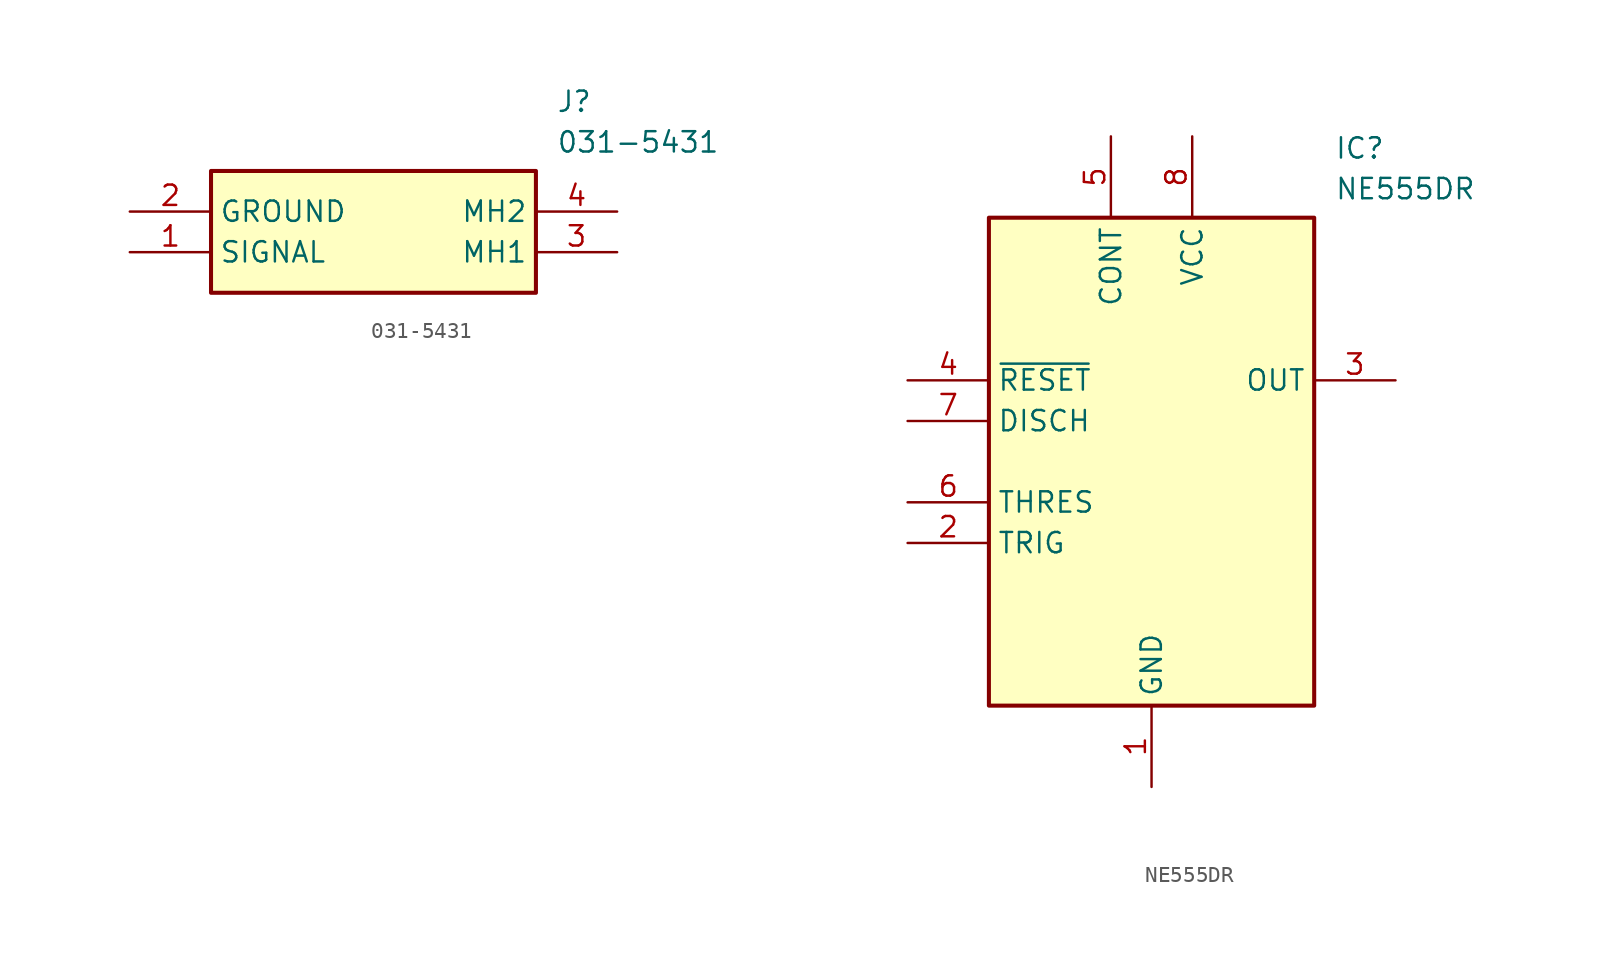
<source format=kicad_sym>
(kicad_symbol_lib
  (version 20220914)
  (generator SamacSys_ECAD_Model)
  (symbol "031-5431"
    (property "Reference" "J"
      (at 26.67 7.62 0)
      (effects (font (size 1.27 1.27)) (justify left top)))
    (property "Value" "031-5431"
      (at 26.67 5.08 0)
      (effects (font (size 1.27 1.27)) (justify left top)))
    (rectangle
      (start 5.08 2.54)
      (end 25.4 -5.08)
      (stroke (width 0.254) (type default))
      (fill (type background)))
    (pin passive line
      (at 0 -2.54 0)
      (length 5.08)
      (name "SIGNAL" (effects (font (size 1.27 1.27))))
      (number "1" (effects (font (size 1.27 1.27)))))
    (pin passive line
      (at 0 0 0)
      (length 5.08)
      (name "GROUND" (effects (font (size 1.27 1.27))))
      (number "2" (effects (font (size 1.27 1.27)))))
    (pin passive line
      (at 30.48 -2.54 180)
      (length 5.08)
      (name "MH1" (effects (font (size 1.27 1.27))))
      (number "3" (effects (font (size 1.27 1.27)))))
    (pin passive line
      (at 30.48 0 180)
      (length 5.08)
      (name "MH2" (effects (font (size 1.27 1.27))))
      (number "4" (effects (font (size 1.27 1.27))))))
  (symbol "NE555DR"
    (property "Reference" "IC"
      (at 26.67 15.24 0)
      (effects (font (size 1.27 1.27)) (justify left top)))
    (property "Value" "NE555DR"
      (at 26.67 12.7 0)
      (effects (font (size 1.27 1.27)) (justify left top)))
    (rectangle
      (start 5.08 10.16)
      (end 25.4 -20.32)
      (stroke (width 0.254) (type default))
      (fill (type background)))
    (pin passive line
      (at 15.24 -25.4 90)
      (length 5.08)
      (name "GND" (effects (font (size 1.27 1.27))))
      (number "1" (effects (font (size 1.27 1.27)))))
    (pin passive line
      (at 0 -10.16 0)
      (length 5.08)
      (name "TRIG" (effects (font (size 1.27 1.27))))
      (number "2" (effects (font (size 1.27 1.27)))))
    (pin passive line
      (at 30.48 0 180)
      (length 5.08)
      (name "OUT" (effects (font (size 1.27 1.27))))
      (number "3" (effects (font (size 1.27 1.27)))))
    (pin passive line
      (at 0 0 0)
      (length 5.08)
      (name "~{RESET}" (effects (font (size 1.27 1.27))))
      (number "4" (effects (font (size 1.27 1.27)))))
    (pin passive line
      (at 12.7 15.24 270)
      (length 5.08)
      (name "CONT" (effects (font (size 1.27 1.27))))
      (number "5" (effects (font (size 1.27 1.27)))))
    (pin passive line
      (at 0 -7.62 0)
      (length 5.08)
      (name "THRES" (effects (font (size 1.27 1.27))))
      (number "6" (effects (font (size 1.27 1.27)))))
    (pin passive line
      (at 0 -2.54 0)
      (length 5.08)
      (name "DISCH" (effects (font (size 1.27 1.27))))
      (number "7" (effects (font (size 1.27 1.27)))))
    (pin passive line
      (at 17.78 15.24 270)
      (length 5.08)
      (name "VCC" (effects (font (size 1.27 1.27))))
      (number "8" (effects (font (size 1.27 1.27)))))))
</source>
